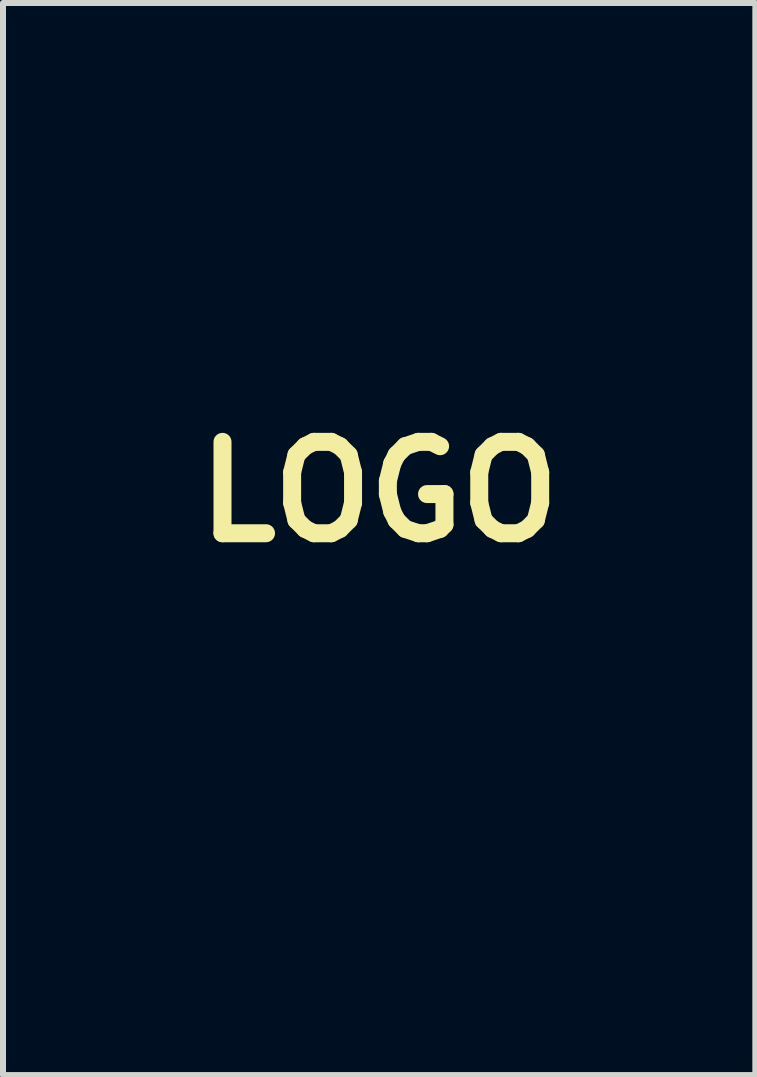
<source format=kicad_pcb>
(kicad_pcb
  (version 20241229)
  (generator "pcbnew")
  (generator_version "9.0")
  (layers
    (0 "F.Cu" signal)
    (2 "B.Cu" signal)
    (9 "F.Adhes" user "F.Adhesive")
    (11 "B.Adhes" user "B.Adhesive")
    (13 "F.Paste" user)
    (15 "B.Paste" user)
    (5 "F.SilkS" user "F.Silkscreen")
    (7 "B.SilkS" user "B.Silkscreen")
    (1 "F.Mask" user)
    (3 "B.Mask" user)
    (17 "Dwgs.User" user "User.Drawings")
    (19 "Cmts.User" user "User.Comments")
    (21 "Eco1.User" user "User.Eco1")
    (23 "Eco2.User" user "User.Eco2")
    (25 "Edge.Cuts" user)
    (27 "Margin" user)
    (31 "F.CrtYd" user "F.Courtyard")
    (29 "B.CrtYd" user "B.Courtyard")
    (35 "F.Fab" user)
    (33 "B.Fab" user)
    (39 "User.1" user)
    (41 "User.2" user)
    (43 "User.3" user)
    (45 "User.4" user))
  (footprint "LOGO"
    (layer "F.Cu")
    (at 3.273 5.153)
    (property "Reference" "LOGO" (at 0 0 0) (layer "F.SilkS") (effects (font (size 1.524 1.524) (thickness 0.3))))
    (attr through_hole)
    (fp_poly (pts (xy -1.448 -0.216) (xy -1.46 -0.203) (xy -1.473 -0.216) (xy -1.46 -0.229) (xy -1.448 -0.216)) (stroke (width 0.01) (type solid)) (fill yes) (layer "F.Mask"))
    (fp_poly (pts (xy -1.346 -0.216) (xy -1.359 -0.203) (xy -1.372 -0.216) (xy -1.359 -0.229) (xy -1.346 -0.216)) (stroke (width 0.01) (type solid)) (fill yes) (layer "F.Mask"))
    (fp_poly (pts (xy -1.016 -4.915) (xy -1.029 -4.902) (xy -1.041 -4.915) (xy -1.029 -4.928) (xy -1.016 -4.915)) (stroke (width 0.01) (type solid)) (fill yes) (layer "F.Mask"))
    (fp_poly (pts (xy -0.965 -5.067) (xy -0.978 -5.055) (xy -0.991 -5.067) (xy -0.978 -5.08) (xy -0.965 -5.067)) (stroke (width 0.01) (type solid)) (fill yes) (layer "F.Mask"))
    (fp_poly (pts (xy -0.838 -5.118) (xy -0.851 -5.105) (xy -0.864 -5.118) (xy -0.851 -5.131) (xy -0.838 -5.118)) (stroke (width 0.01) (type solid)) (fill yes) (layer "F.Mask"))
    (fp_poly (pts (xy -0.076 1.613) (xy -0.089 1.626) (xy -0.102 1.613) (xy -0.089 1.6) (xy -0.076 1.613)) (stroke (width 0.01) (type solid)) (fill yes) (layer "F.Mask"))
    (fp_poly (pts (xy 0.025 0.927) (xy 0.013 0.94) (xy 0 0.927) (xy 0.013 0.914) (xy 0.025 0.927)) (stroke (width 0.01) (type solid)) (fill yes) (layer "F.Mask"))
    (fp_poly (pts (xy 0.178 0.267) (xy 0.165 0.279) (xy 0.152 0.267) (xy 0.165 0.254) (xy 0.178 0.267)) (stroke (width 0.01) (type solid)) (fill yes) (layer "F.Mask"))
    (fp_poly (pts (xy 0.229 0.064) (xy 0.216 0.076) (xy 0.203 0.064) (xy 0.216 0.051) (xy 0.229 0.064)) (stroke (width 0.01) (type solid)) (fill yes) (layer "F.Mask"))
    (fp_poly (pts (xy -2.371 -3.319) (xy -2.368 -3.289) (xy -2.371 -3.285) (xy -2.386 -3.289) (xy -2.388 -3.302) (xy -2.378 -3.323) (xy -2.371 -3.319)) (stroke (width 0.01) (type solid)) (fill yes) (layer "F.Mask"))
    (fp_poly (pts (xy -0.72 0.44) (xy -0.717 0.47) (xy -0.72 0.474) (xy -0.735 0.471) (xy -0.737 0.457) (xy -0.727 0.436) (xy -0.72 0.44)) (stroke (width 0.01) (type solid)) (fill yes) (layer "F.Mask"))
    (fp_poly (pts (xy 0.068 1.101) (xy 0.064 1.116) (xy 0.051 1.118) (xy 0.03 1.108) (xy 0.034 1.101) (xy 0.064 1.098) (xy 0.068 1.101)) (stroke (width 0.01) (type solid)) (fill yes) (layer "F.Mask"))
    (fp_poly (pts (xy 1.124 -0.271) (xy 1.127 -0.262) (xy 1.092 -0.258) (xy 1.056 -0.262) (xy 1.06 -0.271) (xy 1.112 -0.274) (xy 1.124 -0.271)) (stroke (width 0.01) (type solid)) (fill yes) (layer "F.Mask"))
    (fp_poly (pts (xy -1.002 -5.114) (xy -1.006 -5.094) (xy -1.027 -5.058) (xy -1.04 -5.064) (xy -1.041 -5.079) (xy -1.023 -5.113) (xy -1.016 -5.118) (xy -1.002 -5.114)) (stroke (width 0.01) (type solid)) (fill yes) (layer "F.Mask"))
    (fp_poly (pts (xy -0.909 -5.136) (xy -0.89 -5.102) (xy -0.908 -5.092) (xy -0.94 -5.105) (xy -0.962 -5.133) (xy -0.958 -5.147) (xy -0.927 -5.148) (xy -0.909 -5.136)) (stroke (width 0.01) (type solid)) (fill yes) (layer "F.Mask"))
    (fp_poly (pts (xy 0.095 0.199) (xy 0.102 0.229) (xy 0.086 0.27) (xy 0.064 0.279) (xy 0.032 0.258) (xy 0.025 0.229) (xy 0.041 0.187) (xy 0.064 0.178) (xy 0.095 0.199)) (stroke (width 0.01) (type solid)) (fill yes) (layer "F.Mask"))
    (fp_poly (pts (xy 0.33 0.035) (xy 0.312 0.058) (xy 0.305 0.064) (xy 0.281 0.07) (xy 0.279 0.066) (xy 0.297 0.043) (xy 0.305 0.038) (xy 0.329 0.032) (xy 0.33 0.035)) (stroke (width 0.01) (type solid)) (fill yes) (layer "F.Mask"))
    (fp_poly (pts (xy 1.944 1.06) (xy 1.94 1.079) (xy 1.922 1.113) (xy 1.915 1.118) (xy 1.906 1.097) (xy 1.905 1.079) (xy 1.918 1.046) (xy 1.93 1.041) (xy 1.944 1.06)) (stroke (width 0.01) (type solid)) (fill yes) (layer "F.Mask"))
    (fp_poly (pts (xy 1.334 -0.385) (xy 1.335 -0.385) (xy 1.385 -0.369) (xy 1.39 -0.356) (xy 1.354 -0.334) (xy 1.353 -0.334) (xy 1.31 -0.316) (xy 1.296 -0.329) (xy 1.295 -0.342) (xy 1.28 -0.376) (xy 1.266 -0.381) (xy 1.246 -0.388) (xy 1.248 -0.393) (xy 1.278 -0.395) (xy 1.334 -0.385)) (stroke (width 0.01) (type solid)) (fill yes) (layer "F.Mask"))
    (fp_poly (pts (xy 1.295 1.997) (xy 1.288 2.042) (xy 1.244 2.116) (xy 1.162 2.218) (xy 1.083 2.303) (xy 0.994 2.396) (xy 0.933 2.456) (xy 0.893 2.489) (xy 0.869 2.498) (xy 0.853 2.488) (xy 0.84 2.468) (xy 0.83 2.441) (xy 0.833 2.412) (xy 0.854 2.375) (xy 0.899 2.321) (xy 0.973 2.243) (xy 1.019 2.196) (xy 1.104 2.112) (xy 1.178 2.043) (xy 1.234 1.997) (xy 1.262 1.981) (xy 1.295 1.997)) (stroke (width 0.01) (type solid)) (fill yes) (layer "F.Mask"))
    (fp_poly (pts (xy -1.957 2.007) (xy -1.893 2.053) (xy -1.8 2.14) (xy -1.798 2.142) (xy -1.699 2.244) (xy -1.63 2.316) (xy -1.587 2.366) (xy -1.565 2.4) (xy -1.559 2.424) (xy -1.563 2.445) (xy -1.564 2.447) (xy -1.585 2.483) (xy -1.615 2.48) (xy -1.663 2.438) (xy -1.669 2.432) (xy -1.748 2.349) (xy -1.827 2.26) (xy -1.901 2.175) (xy -1.96 2.103) (xy -1.997 2.052) (xy -2.007 2.034) (xy -1.994 2) (xy -1.957 2.007)) (stroke (width 0.01) (type solid)) (fill yes) (layer "F.Mask"))
    (fp_poly (pts (xy 0.138 2.904) (xy 0.189 2.92) (xy 0.242 2.941) (xy 0.276 2.961) (xy 0.279 2.966) (xy 0.271 2.995) (xy 0.246 3.066) (xy 0.207 3.176) (xy 0.155 3.318) (xy 0.093 3.488) (xy 0.021 3.682) (xy -0.058 3.894) (xy -0.112 4.038) (xy -0.249 4.405) (xy -0.177 4.457) (xy -0.125 4.493) (xy -0.048 4.547) (xy 0.047 4.613) (xy 0.149 4.683) (xy 0.249 4.752) (xy 0.337 4.812) (xy 0.403 4.857) (xy 0.437 4.88) (xy 0.438 4.881) (xy 0.44 4.908) (xy 0.42 4.956) (xy 0.387 5.007) (xy 0.353 5.045) (xy 0.333 5.055) (xy 0.307 5.041) (xy 0.246 5.003) (xy 0.157 4.944) (xy 0.046 4.87) (xy -0.08 4.785) (xy -0.098 4.773) (xy -0.252 4.666) (xy -0.366 4.583) (xy -0.441 4.523) (xy -0.48 4.483) (xy -0.486 4.462) (xy -0.486 4.462) (xy -0.47 4.43) (xy -0.44 4.358) (xy -0.398 4.254) (xy -0.349 4.126) (xy -0.295 3.982) (xy -0.293 3.975) (xy -0.186 3.685) (xy -0.094 3.44) (xy -0.02 3.24) (xy 0.039 3.086) (xy 0.08 2.978) (xy 0.104 2.917) (xy 0.111 2.903) (xy 0.138 2.904)) (stroke (width 0.01) (type solid)) (fill yes) (layer "F.Mask"))
    (fp_poly (pts (xy -2.423 -3.258) (xy -2.417 -3.241) (xy -2.387 -3.208) (xy -2.335 -3.2) (xy -2.282 -3.194) (xy -2.263 -3.164) (xy -2.261 -3.124) (xy -2.249 -3.064) (xy -2.223 -3.048) (xy -2.201 -3.037) (xy -2.189 -2.998) (xy -2.185 -2.92) (xy -2.184 -2.883) (xy -2.183 -2.794) (xy -2.176 -2.744) (xy -2.16 -2.722) (xy -2.134 -2.718) (xy -2.108 -2.713) (xy -2.092 -2.693) (xy -2.085 -2.646) (xy -2.083 -2.562) (xy -2.083 -2.527) (xy -2.083 -2.337) (xy -2.21 -2.337) (xy -2.285 -2.335) (xy -2.323 -2.324) (xy -2.336 -2.299) (xy -2.337 -2.273) (xy -2.324 -2.222) (xy -2.299 -2.21) (xy -2.272 -2.193) (xy -2.261 -2.137) (xy -2.261 -2.11) (xy -2.266 -2.035) (xy -2.285 -2) (xy -2.326 -1.997) (xy -2.339 -1.999) (xy -2.371 -2.032) (xy -2.379 -2.089) (xy -2.388 -2.147) (xy -2.408 -2.178) (xy -2.409 -2.179) (xy -2.436 -2.209) (xy -2.438 -2.222) (xy -2.46 -2.254) (xy -2.489 -2.268) (xy -2.531 -2.301) (xy -2.54 -2.347) (xy -2.553 -2.4) (xy -2.578 -2.413) (xy -2.607 -2.433) (xy -2.616 -2.496) (xy -2.616 -2.499) (xy -2.625 -2.564) (xy -2.656 -2.595) (xy -2.667 -2.598) (xy -2.692 -2.609) (xy -2.707 -2.634) (xy -2.715 -2.683) (xy -2.718 -2.767) (xy -2.718 -2.83) (xy -2.717 -2.935) (xy -2.714 -2.999) (xy -2.704 -3.033) (xy -2.685 -3.046) (xy -2.655 -3.048) (xy -2.654 -3.048) (xy -2.618 -3.044) (xy -2.599 -3.025) (xy -2.592 -2.978) (xy -2.591 -2.909) (xy -2.589 -2.829) (xy -2.58 -2.791) (xy -2.561 -2.783) (xy -2.551 -2.786) (xy -2.528 -2.805) (xy -2.518 -2.848) (xy -2.517 -2.926) (xy -2.519 -2.963) (xy -2.521 -3.052) (xy -2.516 -3.1) (xy -2.501 -3.114) (xy -2.493 -3.112) (xy -2.447 -3.109) (xy -2.435 -3.114) (xy -2.426 -3.14) (xy -2.446 -3.17) (xy -2.48 -3.187) (xy -2.498 -3.183) (xy -2.504 -3.187) (xy -2.481 -3.219) (xy -2.477 -3.224) (xy -2.44 -3.26) (xy -2.423 -3.258)) (stroke (width 0.01) (type solid)) (fill yes) (layer "F.Mask"))
    (fp_poly (pts (xy -2.423 -1.018) (xy -2.416 -0.958) (xy -2.415 -0.883) (xy -2.418 -0.805) (xy -2.425 -0.766) (xy -2.435 -0.771) (xy -2.45 -0.798) (xy -2.467 -0.786) (xy -2.484 -0.751) (xy -2.509 -0.692) (xy -2.51 -0.667) (xy -2.487 -0.661) (xy -2.479 -0.66) (xy -2.438 -0.68) (xy -2.43 -0.692) (xy -2.42 -0.692) (xy -2.412 -0.651) (xy -2.411 -0.635) (xy -2.408 -0.533) (xy -2.417 -0.468) (xy -2.441 -0.428) (xy -2.448 -0.422) (xy -2.476 -0.383) (xy -2.51 -0.314) (xy -2.529 -0.267) (xy -2.572 -0.162) (xy -2.615 -0.091) (xy -2.652 -0.057) (xy -2.679 -0.064) (xy -2.693 -0.114) (xy -2.694 -0.133) (xy -2.699 -0.178) (xy -2.707 -0.183) (xy -2.709 -0.178) (xy -2.73 -0.118) (xy -2.736 -0.102) (xy -2.75 -0.042) (xy -2.752 0.01) (xy -2.744 0.045) (xy -2.729 0.05) (xy -2.709 0.019) (xy -2.692 0.003) (xy -2.669 0.025) (xy -2.656 0.069) (xy -2.647 0.146) (xy -2.643 0.245) (xy -2.642 0.352) (xy -2.646 0.453) (xy -2.653 0.537) (xy -2.665 0.59) (xy -2.672 0.6) (xy -2.704 0.6) (xy -2.712 0.589) (xy -2.734 0.561) (xy -2.74 0.559) (xy -2.753 0.58) (xy -2.752 0.634) (xy -2.741 0.701) (xy -2.722 0.762) (xy -2.696 0.826) (xy -2.694 0.754) (xy -2.684 0.701) (xy -2.654 0.69) (xy -2.651 0.69) (xy -2.622 0.701) (xy -2.598 0.726) (xy -2.572 0.776) (xy -2.538 0.862) (xy -2.528 0.889) (xy -2.488 0.986) (xy -2.443 1.085) (xy -2.433 1.107) (xy -2.402 1.179) (xy -2.397 1.228) (xy -2.411 1.265) (xy -2.441 1.308) (xy -2.462 1.321) (xy -2.476 1.339) (xy -2.467 1.381) (xy -2.444 1.427) (xy -2.423 1.45) (xy -2.395 1.465) (xy -2.388 1.438) (xy -2.373 1.401) (xy -2.336 1.399) (xy -2.286 1.429) (xy -2.234 1.487) (xy -2.226 1.498) (xy -2.187 1.56) (xy -2.163 1.602) (xy -2.159 1.611) (xy -2.146 1.638) (xy -2.114 1.693) (xy -2.083 1.744) (xy -2.04 1.819) (xy -2.013 1.884) (xy -2.007 1.912) (xy -2.021 1.948) (xy -2.057 1.948) (xy -2.105 1.915) (xy -2.145 1.866) (xy -2.194 1.812) (xy -2.25 1.793) (xy -2.28 1.793) (xy -2.336 1.79) (xy -2.362 1.777) (xy -2.362 1.775) (xy -2.34 1.759) (xy -2.287 1.753) (xy -2.286 1.753) (xy -2.233 1.749) (xy -2.216 1.731) (xy -2.234 1.693) (xy -2.288 1.627) (xy -2.289 1.626) (xy -2.332 1.579) (xy -2.358 1.559) (xy -2.361 1.562) (xy -2.36 1.624) (xy -2.389 1.647) (xy -2.426 1.645) (xy -2.474 1.644) (xy -2.486 1.67) (xy -2.463 1.725) (xy -2.413 1.799) (xy -2.369 1.863) (xy -2.342 1.91) (xy -2.337 1.925) (xy -2.319 1.954) (xy -2.284 1.989) (xy -2.245 2.041) (xy -2.253 2.081) (xy -2.307 2.104) (xy -2.307 2.104) (xy -2.361 2.092) (xy -2.38 2.066) (xy -2.402 2.021) (xy -2.413 2.007) (xy -2.444 1.972) (xy -2.488 1.908) (xy -2.538 1.829) (xy -2.586 1.748) (xy -2.623 1.679) (xy -2.641 1.635) (xy -2.641 1.63) (xy -2.636 1.587) (xy -2.515 1.587) (xy -2.502 1.6) (xy -2.489 1.587) (xy -2.502 1.575) (xy -2.515 1.587) (xy -2.636 1.587) (xy -2.63 1.548) (xy -2.613 1.511) (xy -2.54 1.511) (xy -2.527 1.524) (xy -2.515 1.511) (xy -2.527 1.499) (xy -2.54 1.511) (xy -2.613 1.511) (xy -2.604 1.492) (xy -2.571 1.473) (xy -2.548 1.468) (xy -2.56 1.444) (xy -2.577 1.424) (xy -2.631 1.388) (xy -2.696 1.389) (xy -2.768 1.385) (xy -2.819 1.338) (xy -2.83 1.308) (xy -2.667 1.308) (xy -2.654 1.321) (xy -2.642 1.308) (xy -2.654 1.295) (xy -2.667 1.308) (xy -2.83 1.308) (xy -2.853 1.245) (xy -2.857 1.226) (xy -2.88 1.164) (xy -2.912 1.143) (xy -2.94 1.127) (xy -2.939 1.111) (xy -2.941 1.069) (xy -2.959 1.003) (xy -2.966 0.983) (xy -2.989 0.905) (xy -2.984 0.845) (xy -2.976 0.824) (xy -2.939 0.77) (xy -2.904 0.766) (xy -2.872 0.81) (xy -2.845 0.901) (xy -2.845 0.902) (xy -2.819 0.994) (xy -2.791 1.037) (xy -2.777 1.041) (xy -2.752 1.054) (xy -2.752 1.1) (xy -2.755 1.114) (xy -2.755 1.185) (xy -2.732 1.218) (xy -2.701 1.237) (xy -2.692 1.216) (xy -2.692 1.21) (xy -2.681 1.174) (xy -2.67 1.168) (xy -2.649 1.146) (xy -2.647 1.138) (xy -2.616 1.138) (xy -2.602 1.168) (xy -2.574 1.2) (xy -2.549 1.211) (xy -2.547 1.21) (xy -2.548 1.182) (xy -2.555 1.159) (xy -2.579 1.126) (xy -2.606 1.118) (xy -2.616 1.138) (xy -2.647 1.138) (xy -2.636 1.091) (xy -2.632 1.021) (xy -2.638 0.954) (xy -2.648 0.923) (xy -2.67 0.88) (xy -2.683 0.881) (xy -2.697 0.912) (xy -2.732 0.955) (xy -2.765 0.965) (xy -2.799 0.952) (xy -2.823 0.904) (xy -2.833 0.857) (xy -2.847 0.781) (xy -2.855 0.722) (xy -2.856 0.711) (xy -2.878 0.644) (xy -2.937 0.613) (xy -2.971 0.61) (xy -3.024 0.601) (xy -3.051 0.566) (xy -3.062 0.527) (xy -3.071 0.463) (xy -3.076 0.371) (xy -3.077 0.299) (xy -2.96 0.299) (xy -2.954 0.377) (xy -2.941 0.456) (xy -2.925 0.521) (xy -2.908 0.556) (xy -2.902 0.559) (xy -2.898 0.538) (xy -2.903 0.508) (xy -2.897 0.458) (xy -2.862 0.426) (xy -2.817 0.425) (xy -2.798 0.438) (xy -2.782 0.442) (xy -2.773 0.409) (xy -2.771 0.333) (xy -2.772 0.304) (xy -2.775 0.228) (xy -2.78 0.185) (xy -2.786 0.183) (xy -2.786 0.184) (xy -2.81 0.224) (xy -2.849 0.216) (xy -2.879 0.191) (xy -2.916 0.159) (xy -2.937 0.164) (xy -2.952 0.211) (xy -2.957 0.24) (xy -2.96 0.299) (xy -3.077 0.299) (xy -3.077 0.268) (xy -3.076 0.167) (xy -3.071 0.083) (xy -3.063 0.032) (xy -3.06 0.024) (xy -3.026 0.006) (xy -2.983 0) (xy -2.937 0.01) (xy -2.921 0.05) (xy -2.919 0.07) (xy -2.918 0.14) (xy -2.892 0.076) (xy -2.874 0.016) (xy -2.854 -0.072) (xy -2.842 -0.14) (xy -2.828 -0.226) (xy -2.815 -0.293) (xy -2.808 -0.322) (xy -2.78 -0.344) (xy -2.739 -0.335) (xy -2.703 -0.305) (xy -2.691 -0.27) (xy -2.681 -0.258) (xy -2.658 -0.288) (xy -2.625 -0.352) (xy -2.584 -0.444) (xy -2.55 -0.532) (xy -2.528 -0.601) (xy -2.528 -0.626) (xy -2.551 -0.607) (xy -2.576 -0.571) (xy -2.611 -0.527) (xy -2.64 -0.524) (xy -2.658 -0.536) (xy -2.684 -0.584) (xy -2.684 -0.614) (xy -2.677 -0.654) (xy -2.69 -0.65) (xy -2.724 -0.603) (xy -2.739 -0.578) (xy -2.772 -0.509) (xy -2.807 -0.414) (xy -2.833 -0.324) (xy -2.864 -0.221) (xy -2.895 -0.166) (xy -2.929 -0.156) (xy -2.97 -0.188) (xy -2.973 -0.192) (xy -2.987 -0.233) (xy -2.978 -0.302) (xy -2.947 -0.404) (xy -2.892 -0.542) (xy -2.848 -0.64) (xy -2.818 -0.699) (xy -2.667 -0.699) (xy -2.654 -0.686) (xy -2.642 -0.699) (xy -2.654 -0.711) (xy -2.667 -0.699) (xy -2.818 -0.699) (xy -2.804 -0.726) (xy -2.767 -0.771) (xy -2.729 -0.786) (xy -2.726 -0.786) (xy -2.674 -0.777) (xy -2.654 -0.762) (xy -2.63 -0.739) (xy -2.602 -0.752) (xy -2.567 -0.805) (xy -2.525 -0.889) (xy -2.487 -0.966) (xy -2.454 -1.021) (xy -2.434 -1.041) (xy -2.423 -1.018)) (stroke (width 0.01) (type solid)) (fill yes) (layer "F.Mask"))
    (fp_poly (pts (xy -0.688 -5.079) (xy -0.622 -5.065) (xy -0.573 -5.046) (xy -0.559 -5.029) (xy -0.536 -5.016) (xy -0.478 -5.001) (xy -0.432 -4.994) (xy -0.352 -4.977) (xy -0.314 -4.956) (xy -0.311 -4.946) (xy -0.293 -4.923) (xy -0.232 -4.915) (xy -0.229 -4.915) (xy -0.168 -4.922) (xy -0.14 -4.942) (xy -0.14 -4.945) (xy -0.134 -4.974) (xy -0.109 -4.99) (xy -0.058 -4.992) (xy 0.03 -4.981) (xy 0.091 -4.971) (xy 0.197 -4.951) (xy 0.263 -4.931) (xy 0.3 -4.908) (xy 0.317 -4.882) (xy 0.364 -4.834) (xy 0.441 -4.809) (xy 0.531 -4.811) (xy 0.585 -4.827) (xy 0.642 -4.844) (xy 0.677 -4.844) (xy 0.678 -4.843) (xy 0.669 -4.823) (xy 0.632 -4.803) (xy 0.594 -4.786) (xy 0.599 -4.779) (xy 0.651 -4.777) (xy 0.717 -4.787) (xy 0.746 -4.813) (xy 0.762 -4.813) (xy 0.775 -4.801) (xy 0.787 -4.813) (xy 0.775 -4.826) (xy 0.762 -4.813) (xy 0.746 -4.813) (xy 0.746 -4.813) (xy 0.78 -4.843) (xy 0.818 -4.849) (xy 0.851 -4.844) (xy 0.845 -4.835) (xy 0.815 -4.807) (xy 0.831 -4.776) (xy 0.852 -4.766) (xy 0.879 -4.763) (xy 0.878 -4.772) (xy 0.891 -4.773) (xy 0.938 -4.754) (xy 1.01 -4.721) (xy 1.095 -4.679) (xy 1.185 -4.632) (xy 1.268 -4.587) (xy 1.335 -4.547) (xy 1.372 -4.522) (xy 1.435 -4.472) (xy 1.365 -4.471) (xy 1.31 -4.458) (xy 1.295 -4.432) (xy 1.317 -4.401) (xy 1.346 -4.394) (xy 1.383 -4.382) (xy 1.396 -4.338) (xy 1.397 -4.318) (xy 1.405 -4.263) (xy 1.434 -4.243) (xy 1.451 -4.242) (xy 1.489 -4.231) (xy 1.489 -4.201) (xy 1.494 -4.163) (xy 1.524 -4.148) (xy 1.546 -4.138) (xy 1.56 -4.119) (xy 1.569 -4.079) (xy 1.573 -4.011) (xy 1.575 -3.906) (xy 1.575 -3.832) (xy 1.576 -3.702) (xy 1.579 -3.614) (xy 1.587 -3.561) (xy 1.598 -3.536) (xy 1.613 -3.531) (xy 1.632 -3.523) (xy 1.641 -3.492) (xy 1.643 -3.43) (xy 1.639 -3.327) (xy 1.634 -3.227) (xy 1.634 -3.166) (xy 1.643 -3.136) (xy 1.661 -3.125) (xy 1.68 -3.124) (xy 1.718 -3.135) (xy 1.717 -3.164) (xy 1.717 -3.193) (xy 1.756 -3.196) (xy 1.759 -3.196) (xy 1.787 -3.188) (xy 1.805 -3.168) (xy 1.815 -3.124) (xy 1.821 -3.046) (xy 1.824 -2.978) (xy 1.828 -2.875) (xy 1.826 -2.813) (xy 1.817 -2.781) (xy 1.799 -2.77) (xy 1.78 -2.769) (xy 1.738 -2.758) (xy 1.727 -2.743) (xy 1.744 -2.719) (xy 1.749 -2.718) (xy 1.757 -2.696) (xy 1.75 -2.642) (xy 1.744 -2.616) (xy 1.715 -2.543) (xy 1.678 -2.515) (xy 1.671 -2.515) (xy 1.636 -2.501) (xy 1.632 -2.484) (xy 1.617 -2.454) (xy 1.595 -2.445) (xy 1.57 -2.445) (xy 1.56 -2.469) (xy 1.563 -2.526) (xy 1.567 -2.564) (xy 1.572 -2.645) (xy 1.561 -2.686) (xy 1.53 -2.693) (xy 1.505 -2.686) (xy 1.494 -2.679) (xy 1.486 -2.661) (xy 1.482 -2.62) (xy 1.479 -2.547) (xy 1.477 -2.483) (xy 1.471 -2.396) (xy 1.458 -2.35) (xy 1.435 -2.337) (xy 1.435 -2.337) (xy 1.414 -2.326) (xy 1.402 -2.286) (xy 1.397 -2.209) (xy 1.397 -2.172) (xy 1.396 -2.083) (xy 1.389 -2.033) (xy 1.373 -2.011) (xy 1.344 -2.007) (xy 1.344 -2.007) (xy 1.316 -2.003) (xy 1.301 -1.984) (xy 1.296 -1.939) (xy 1.299 -1.857) (xy 1.3 -1.832) (xy 1.302 -1.737) (xy 1.297 -1.684) (xy 1.283 -1.668) (xy 1.276 -1.67) (xy 1.256 -1.661) (xy 1.246 -1.61) (xy 1.245 -1.562) (xy 1.241 -1.486) (xy 1.225 -1.447) (xy 1.194 -1.43) (xy 1.157 -1.405) (xy 1.143 -1.349) (xy 1.143 -1.331) (xy 1.137 -1.271) (xy 1.114 -1.247) (xy 1.089 -1.245) (xy 1.051 -1.233) (xy 1.051 -1.206) (xy 1.055 -1.149) (xy 1.032 -1.105) (xy 1.001 -1.092) (xy 0.974 -1.069) (xy 0.965 -1.003) (xy 0.973 -0.938) (xy 1 -0.915) (xy 1.003 -0.914) (xy 1.032 -0.934) (xy 1.041 -0.997) (xy 1.041 -1) (xy 1.05 -1.066) (xy 1.081 -1.096) (xy 1.092 -1.1) (xy 1.134 -1.133) (xy 1.143 -1.179) (xy 1.154 -1.23) (xy 1.193 -1.245) (xy 1.194 -1.245) (xy 1.215 -1.242) (xy 1.23 -1.229) (xy 1.239 -1.201) (xy 1.244 -1.15) (xy 1.244 -1.07) (xy 1.24 -0.955) (xy 1.232 -0.798) (xy 1.228 -0.715) (xy 1.22 -0.583) (xy 1.211 -0.493) (xy 1.201 -0.438) (xy 1.188 -0.411) (xy 1.171 -0.404) (xy 1.161 -0.397) (xy 1.194 -0.384) (xy 1.248 -0.362) (xy 1.253 -0.342) (xy 1.211 -0.324) (xy 1.125 -0.31) (xy 1.054 -0.304) (xy 0.962 -0.297) (xy 0.911 -0.288) (xy 0.906 -0.279) (xy 0.914 -0.276) (xy 0.978 -0.261) (xy 0.912 -0.257) (xy 0.783 -0.234) (xy 0.639 -0.183) (xy 0.5 -0.11) (xy 0.468 -0.089) (xy 0.386 -0.038) (xy 0.308 -0.002) (xy 0.263 0.011) (xy 0.209 0.019) (xy 0.184 0.026) (xy 0.157 0.034) (xy 0.146 0.036) (xy 0.121 0.06) (xy 0.118 0.083) (xy 0.101 0.12) (xy 0.073 0.127) (xy 0.033 0.108) (xy 0.025 0.076) (xy 0.023 0.056) (xy 0.01 0.042) (xy -0.021 0.034) (xy -0.078 0.03) (xy -0.169 0.029) (xy -0.302 0.031) (xy -0.324 0.031) (xy -0.673 0.036) (xy -0.339 0.044) (xy -0.204 0.048) (xy -0.111 0.052) (xy -0.052 0.059) (xy -0.018 0.069) (xy -0.002 0.085) (xy 0.005 0.108) (xy 0.006 0.111) (xy 0.006 0.183) (xy -0.003 0.225) (xy -0.011 0.267) (xy -0.001 0.279) (xy 0.01 0.303) (xy 0.018 0.365) (xy 0.022 0.455) (xy 0.023 0.489) (xy 0.026 0.593) (xy 0.035 0.668) (xy 0.047 0.705) (xy 0.05 0.707) (xy 0.072 0.736) (xy 0.076 0.766) (xy 0.063 0.804) (xy 0.019 0.808) (xy -0.009 0.807) (xy -0.027 0.82) (xy -0.037 0.856) (xy -0.042 0.927) (xy -0.045 1.01) (xy -0.046 1.122) (xy -0.04 1.194) (xy -0.027 1.219) (xy -0.026 1.219) (xy -0.003 1.199) (xy 0 1.181) (xy 0.02 1.147) (xy 0.038 1.143) (xy 0.07 1.16) (xy 0.072 1.195) (xy 0.044 1.226) (xy 0.038 1.228) (xy 0.004 1.262) (xy 0 1.282) (xy -0.022 1.313) (xy -0.064 1.321) (xy -0.103 1.326) (xy -0.121 1.349) (xy -0.127 1.405) (xy -0.127 1.434) (xy -0.133 1.514) (xy -0.156 1.559) (xy -0.176 1.574) (xy -0.216 1.617) (xy -0.233 1.67) (xy -0.248 1.72) (xy -0.287 1.743) (xy -0.324 1.748) (xy -0.379 1.749) (xy -0.402 1.73) (xy -0.406 1.675) (xy -0.406 1.667) (xy -0.401 1.606) (xy -0.377 1.578) (xy -0.324 1.567) (xy -0.289 1.56) (xy -0.303 1.558) (xy -0.356 1.558) (xy -0.47 1.561) (xy -0.478 1.441) (xy -0.486 1.366) (xy -0.503 1.33) (xy -0.532 1.321) (xy -0.575 1.304) (xy -0.599 1.266) (xy -0.594 1.229) (xy -0.374 1.229) (xy -0.367 1.241) (xy -0.341 1.243) (xy -0.314 1.236) (xy -0.325 1.227) (xy -0.365 1.224) (xy -0.374 1.229) (xy -0.594 1.229) (xy -0.594 1.228) (xy -0.584 1.219) (xy -0.57 1.184) (xy -0.563 1.107) (xy -0.564 1.001) (xy -0.572 0.8) (xy -0.654 0.792) (xy -0.706 0.776) (xy -0.736 0.749) (xy -0.737 0.724) (xy -0.701 0.711) (xy -0.699 0.711) (xy -0.679 0.702) (xy -0.676 0.692) (xy -0.551 0.692) (xy -0.533 0.7) (xy -0.527 0.702) (xy -0.49 0.738) (xy -0.481 0.796) (xy -0.479 0.865) (xy -0.478 0.961) (xy -0.476 1.041) (xy -0.474 1.206) (xy -0.465 1.054) (xy -0.144 1.054) (xy -0.143 1.126) (xy -0.14 1.159) (xy -0.135 1.147) (xy -0.134 1.136) (xy -0.13 1.046) (xy -0.134 0.961) (xy -0.134 0.958) (xy -0.139 0.941) (xy -0.142 0.968) (xy -0.144 1.034) (xy -0.144 1.054) (xy -0.465 1.054) (xy -0.464 1.048) (xy -0.456 0.965) (xy -0.444 0.908) (xy -0.431 0.889) (xy -0.418 0.87) (xy -0.422 0.852) (xy -0.42 0.83) (xy -0.386 0.817) (xy -0.312 0.809) (xy -0.288 0.808) (xy -0.203 0.801) (xy -0.157 0.789) (xy -0.138 0.766) (xy -0.135 0.749) (xy -0.134 0.721) (xy -0.143 0.741) (xy -0.165 0.767) (xy -0.218 0.783) (xy -0.305 0.792) (xy -0.39 0.795) (xy -0.436 0.789) (xy -0.457 0.771) (xy -0.463 0.75) (xy -0.491 0.705) (xy -0.508 0.699) (xy -0.076 0.699) (xy -0.064 0.711) (xy -0.051 0.699) (xy -0.064 0.686) (xy -0.076 0.699) (xy -0.508 0.699) (xy -0.521 0.694) (xy -0.551 0.692) (xy -0.676 0.692) (xy -0.667 0.667) (xy -0.662 0.597) (xy -0.66 0.51) (xy -0.659 0.411) (xy -0.657 0.329) (xy -0.653 0.28) (xy -0.652 0.275) (xy -0.65 0.255) (xy -0.654 0.26) (xy -0.686 0.278) (xy -0.697 0.279) (xy -0.721 0.255) (xy -0.739 0.19) (xy -0.743 0.16) (xy -0.747 0.14) (xy -0.66 0.14) (xy -0.648 0.152) (xy -0.635 0.14) (xy -0.648 0.127) (xy -0.66 0.14) (xy -0.747 0.14) (xy -0.752 0.114) (xy -0.584 0.114) (xy -0.572 0.127) (xy -0.559 0.114) (xy -0.051 0.114) (xy -0.038 0.127) (xy -0.025 0.114) (xy -0.038 0.102) (xy -0.051 0.114) (xy -0.559 0.114) (xy -0.572 0.102) (xy -0.584 0.114) (xy -0.752 0.114) (xy -0.757 0.089) (xy -0.66 0.089) (xy -0.648 0.102) (xy -0.635 0.089) (xy -0.648 0.076) (xy -0.66 0.089) (xy -0.757 0.089) (xy -0.757 0.087) (xy -0.775 0.04) (xy -0.785 0.03) (xy -0.81 0.001) (xy -0.812 -0.013) (xy -0.584 -0.013) (xy -0.572 0) (xy -0.559 -0.013) (xy -0.572 -0.025) (xy -0.584 -0.013) (xy -0.812 -0.013) (xy -0.813 -0.015) (xy -0.834 -0.043) (xy -0.87 -0.051) (xy -0.935 -0.062) (xy -0.937 -0.064) (xy -0.686 -0.064) (xy -0.673 -0.051) (xy -0.66 -0.064) (xy -0.673 -0.076) (xy -0.686 -0.064) (xy -0.937 -0.064) (xy -0.977 -0.088) (xy -0.977 -0.089) (xy -0.762 -0.089) (xy -0.749 -0.076) (xy -0.737 -0.089) (xy -0.749 -0.102) (xy -0.762 -0.089) (xy -0.977 -0.089) (xy -0.982 -0.12) (xy -0.981 -0.122) (xy -0.996 -0.138) (xy -1.055 -0.153) (xy -1.143 -0.165) (xy -1.231 -0.177) (xy -1.294 -0.191) (xy -1.321 -0.204) (xy -1.321 -0.205) (xy -1.298 -0.217) (xy -1.237 -0.228) (xy -1.151 -0.236) (xy -1.149 -0.236) (xy -1.12 -0.238) (xy -0.951 -0.238) (xy -0.942 -0.232) (xy -0.92 -0.191) (xy -0.923 -0.166) (xy -0.926 -0.138) (xy -0.915 -0.14) (xy -0.762 -0.14) (xy -0.749 -0.127) (xy -0.737 -0.14) (xy -0.749 -0.152) (xy -0.762 -0.14) (xy -0.915 -0.14) (xy -0.914 -0.14) (xy -0.891 -0.176) (xy -0.889 -0.192) (xy -0.871 -0.223) (xy -0.836 -0.226) (xy -0.807 -0.2) (xy -0.806 -0.197) (xy -0.798 -0.187) (xy -0.798 -0.203) (xy -0.824 -0.234) (xy -0.889 -0.248) (xy -0.944 -0.249) (xy -0.951 -0.238) (xy -1.12 -0.238) (xy -1.105 -0.24) (xy -1.11 -0.243) (xy -1.159 -0.245) (xy -1.25 -0.247) (xy -1.283 -0.247) (xy -1.413 -0.249) (xy -1.5 -0.252) (xy -1.553 -0.259) (xy -1.578 -0.271) (xy -1.584 -0.287) (xy -1.584 -0.289) (xy -1.585 -0.292) (xy -1.397 -0.292) (xy -1.384 -0.279) (xy -1.372 -0.292) (xy -1.346 -0.292) (xy -1.333 -0.279) (xy -1.321 -0.292) (xy -0.914 -0.292) (xy -0.902 -0.279) (xy -0.889 -0.292) (xy -0.902 -0.305) (xy -0.914 -0.292) (xy -1.321 -0.292) (xy -1.333 -0.305) (xy -1.346 -0.292) (xy -1.372 -0.292) (xy -1.384 -0.305) (xy -1.397 -0.292) (xy -1.585 -0.292) (xy -1.592 -0.317) (xy -1.603 -0.316) (xy -1.64 -0.314) (xy -1.658 -0.319) (xy -0.999 -0.319) (xy -0.998 -0.293) (xy -0.977 -0.296) (xy -0.944 -0.321) (xy -0.94 -0.333) (xy -0.954 -0.355) (xy -0.982 -0.345) (xy -0.999 -0.319) (xy -1.658 -0.319) (xy -1.702 -0.329) (xy -1.719 -0.335) (xy -1.777 -0.356) (xy -1.092 -0.356) (xy -1.083 -0.335) (xy -1.075 -0.339) (xy -1.072 -0.369) (xy -1.075 -0.373) (xy -1.09 -0.369) (xy -1.092 -0.356) (xy -1.777 -0.356) (xy -1.813 -0.368) (xy -1.7 -0.384) (xy -1.587 -0.399) (xy -1.693 -0.403) (xy -1.798 -0.406) (xy -1.815 -0.527) (xy -1.821 -0.589) (xy -1.827 -0.692) (xy -1.833 -0.826) (xy -1.839 -0.982) (xy -1.844 -1.15) (xy -1.845 -1.194) (xy -1.85 -1.381) (xy -1.856 -1.524) (xy -1.862 -1.627) (xy -1.87 -1.697) (xy -1.88 -1.739) (xy -1.892 -1.759) (xy -1.894 -1.76) (xy -1.914 -1.788) (xy -1.917 -1.8) (xy -1.829 -1.8) (xy -1.808 -1.781) (xy -1.791 -1.778) (xy -1.769 -1.767) (xy -1.757 -1.727) (xy -1.753 -1.649) (xy -1.753 -1.615) (xy -1.747 -1.509) (xy -1.732 -1.452) (xy -1.721 -1.441) (xy -1.705 -1.459) (xy -1.692 -1.513) (xy -1.683 -1.589) (xy -1.678 -1.674) (xy -1.679 -1.752) (xy -1.686 -1.811) (xy -1.695 -1.832) (xy -1.731 -1.842) (xy -1.782 -1.835) (xy -1.821 -1.815) (xy -1.829 -1.8) (xy -1.917 -1.8) (xy -1.926 -1.848) (xy -1.93 -1.948) (xy -1.93 -1.982) (xy -1.931 -2.083) (xy -1.936 -2.144) (xy -1.948 -2.174) (xy -1.968 -2.184) (xy -1.981 -2.184) (xy -2.012 -2.191) (xy -2.027 -2.219) (xy -2.032 -2.282) (xy -2.032 -2.311) (xy -2.029 -2.388) (xy -2.018 -2.426) (xy -1.993 -2.438) (xy -1.981 -2.438) (xy -1.96 -2.441) (xy -1.945 -2.456) (xy -1.937 -2.491) (xy -1.932 -2.554) (xy -1.931 -2.653) (xy -1.93 -2.743) (xy -1.931 -2.874) (xy -1.935 -2.962) (xy -1.941 -3.015) (xy -1.953 -3.041) (xy -1.969 -3.048) (xy -1.97 -3.048) (xy -2.028 -3.069) (xy -2.072 -3.12) (xy -2.083 -3.16) (xy -2.104 -3.193) (xy -2.134 -3.2) (xy -2.175 -3.215) (xy -2.184 -3.237) (xy -2.205 -3.272) (xy -2.227 -3.281) (xy -2.255 -3.3) (xy -2.271 -3.352) (xy -2.276 -3.416) (xy -2.281 -3.506) (xy -2.289 -3.622) (xy -2.299 -3.74) (xy -2.3 -3.749) (xy -2.308 -3.852) (xy -2.308 -3.922) (xy -2.296 -3.975) (xy -2.269 -4.029) (xy -2.23 -4.092) (xy -2.164 -4.188) (xy -2.084 -4.294) (xy -2.023 -4.367) (xy -1.965 -4.437) (xy -1.923 -4.492) (xy -1.905 -4.52) (xy -1.905 -4.521) (xy -1.885 -4.542) (xy -1.836 -4.575) (xy -1.822 -4.584) (xy -1.752 -4.629) (xy -1.67 -4.689) (xy -1.637 -4.715) (xy 0.737 -4.715) (xy 0.756 -4.679) (xy 0.775 -4.674) (xy 0.809 -4.679) (xy 0.813 -4.683) (xy 0.796 -4.705) (xy 0.775 -4.724) (xy 0.745 -4.742) (xy 0.737 -4.719) (xy 0.737 -4.715) (xy -1.637 -4.715) (xy -1.636 -4.716) (xy -1.556 -4.771) (xy -1.483 -4.796) (xy -1.419 -4.801) (xy -1.317 -4.814) (xy -1.216 -4.847) (xy -1.206 -4.852) (xy -1.105 -4.903) (xy -1.088 -4.846) (xy -1.076 -4.811) (xy -1.075 -4.813) (xy -1.041 -4.813) (xy -1.029 -4.801) (xy -1.016 -4.813) (xy -1.029 -4.826) (xy -1.041 -4.813) (xy -1.075 -4.813) (xy -1.07 -4.825) (xy -1.069 -4.834) (xy -1.056 -4.865) (xy -1.039 -4.862) (xy -1.003 -4.864) (xy -0.99 -4.878) (xy -0.952 -4.899) (xy -0.885 -4.908) (xy -0.872 -4.908) (xy -0.812 -4.907) (xy -0.796 -4.915) (xy -0.816 -4.936) (xy -0.821 -4.939) (xy -0.849 -4.973) (xy -0.839 -4.99) (xy -0.823 -5.02) (xy -0.826 -5.029) (xy -0.819 -5.058) (xy -0.797 -5.075) (xy -0.753 -5.083) (xy -0.688 -5.079)) (stroke (width 0.01) (type solid)) (fill yes) (layer "F.Mask"))
    (fp_poly (pts (xy 1.81 -0.841) (xy 1.851 -0.784) (xy 1.891 -0.708) (xy 1.937 -0.608) (xy 1.954 -0.545) (xy 1.94 -0.512) (xy 1.894 -0.503) (xy 1.86 -0.506) (xy 1.847 -0.492) (xy 1.858 -0.442) (xy 1.882 -0.376) (xy 1.914 -0.29) (xy 1.94 -0.216) (xy 1.949 -0.184) (xy 1.968 -0.133) (xy 1.984 -0.112) (xy 2.002 -0.118) (xy 2.006 -0.151) (xy 1.996 -0.194) (xy 1.98 -0.22) (xy 1.97 -0.255) (xy 1.994 -0.289) (xy 2.046 -0.326) (xy 2.08 -0.317) (xy 2.09 -0.298) (xy 2.094 -0.297) (xy 2.09 -0.336) (xy 2.089 -0.343) (xy 2.071 -0.407) (xy 2.034 -0.492) (xy 2.002 -0.555) (xy 1.955 -0.655) (xy 1.943 -0.721) (xy 1.967 -0.755) (xy 2.005 -0.762) (xy 2.04 -0.748) (xy 2.078 -0.701) (xy 2.124 -0.613) (xy 2.133 -0.595) (xy 2.17 -0.51) (xy 2.198 -0.443) (xy 2.21 -0.407) (xy 2.21 -0.405) (xy 2.22 -0.37) (xy 2.245 -0.309) (xy 2.254 -0.291) (xy 2.28 -0.231) (xy 2.281 -0.197) (xy 2.255 -0.168) (xy 2.235 -0.152) (xy 2.186 -0.123) (xy 2.153 -0.118) (xy 2.153 -0.118) (xy 2.144 -0.104) (xy 2.145 -0.053) (xy 2.149 -0.021) (xy 2.163 0.056) (xy 2.175 0.097) (xy 2.183 0.096) (xy 2.184 0.068) (xy 2.204 0.036) (xy 2.251 0.025) (xy 2.303 0.037) (xy 2.335 0.061) (xy 2.35 0.108) (xy 2.357 0.203) (xy 2.357 0.342) (xy 2.357 0.347) (xy 2.349 0.597) (xy 2.276 0.605) (xy 2.214 0.601) (xy 2.181 0.58) (xy 2.164 0.562) (xy 2.159 0.587) (xy 2.154 0.641) (xy 2.143 0.708) (xy 2.136 0.762) (xy 2.149 0.778) (xy 2.165 0.774) (xy 2.212 0.779) (xy 2.258 0.816) (xy 2.284 0.869) (xy 2.285 0.884) (xy 2.27 0.939) (xy 2.25 0.973) (xy 2.227 1.029) (xy 2.227 1.064) (xy 2.22 1.11) (xy 2.201 1.125) (xy 2.171 1.158) (xy 2.147 1.22) (xy 2.145 1.232) (xy 2.123 1.304) (xy 2.094 1.357) (xy 2.091 1.36) (xy 2.037 1.391) (xy 1.979 1.395) (xy 1.935 1.373) (xy 1.925 1.353) (xy 1.915 1.327) (xy 1.897 1.343) (xy 1.883 1.367) (xy 1.86 1.435) (xy 1.877 1.476) (xy 1.931 1.486) (xy 1.942 1.484) (xy 1.992 1.484) (xy 2.007 1.512) (xy 2.007 1.514) (xy 1.992 1.543) (xy 1.944 1.543) (xy 1.901 1.54) (xy 1.898 1.559) (xy 1.907 1.578) (xy 1.913 1.638) (xy 1.882 1.725) (xy 1.812 1.841) (xy 1.797 1.862) (xy 1.767 1.913) (xy 1.759 1.944) (xy 1.76 1.946) (xy 1.753 1.971) (xy 1.718 2.012) (xy 1.667 2.059) (xy 1.614 2.099) (xy 1.571 2.121) (xy 1.557 2.122) (xy 1.502 2.099) (xy 1.488 2.094) (xy 1.449 2.102) (xy 1.422 2.135) (xy 1.405 2.173) (xy 1.418 2.174) (xy 1.421 2.173) (xy 1.462 2.172) (xy 1.503 2.202) (xy 1.524 2.248) (xy 1.524 2.253) (xy 1.507 2.289) (xy 1.462 2.35) (xy 1.399 2.425) (xy 1.325 2.506) (xy 1.25 2.583) (xy 1.184 2.645) (xy 1.134 2.684) (xy 1.115 2.692) (xy 1.112 2.709) (xy 1.144 2.755) (xy 1.206 2.826) (xy 1.255 2.877) (xy 1.469 3.129) (xy 1.642 3.406) (xy 1.771 3.702) (xy 1.857 4.012) (xy 1.899 4.33) (xy 1.895 4.652) (xy 1.845 4.971) (xy 1.748 5.283) (xy 1.677 5.444) (xy 1.511 5.728) (xy 1.304 5.985) (xy 1.063 6.211) (xy 0.793 6.401) (xy 0.5 6.55) (xy 0.191 6.655) (xy 0.005 6.691) (xy -0.202 6.713) (xy -0.413 6.72) (xy -0.608 6.712) (xy -0.729 6.695) (xy -1.075 6.605) (xy -1.392 6.474) (xy -1.678 6.304) (xy -1.932 6.094) (xy -2.152 5.848) (xy -2.337 5.565) (xy -2.486 5.247) (xy -2.519 5.156) (xy -2.549 5.068) (xy -2.571 4.997) (xy -2.586 4.93) (xy -2.595 4.858) (xy -2.6 4.769) (xy -2.603 4.653) (xy -2.603 4.5) (xy -2.603 4.458) (xy -2.603 4.367) (xy -2.393 4.367) (xy -2.003 4.374) (xy -1.613 4.381) (xy -1.613 4.559) (xy -2.002 4.566) (xy -2.391 4.573) (xy -2.374 4.719) (xy -2.36 4.8) (xy -2.333 4.909) (xy -2.3 5.032) (xy -2.263 5.154) (xy -2.227 5.26) (xy -2.197 5.335) (xy -2.189 5.35) (xy -2.169 5.362) (xy -2.127 5.352) (xy -2.057 5.315) (xy -2.024 5.295) (xy -1.944 5.25) (xy -1.88 5.219) (xy -1.844 5.207) (xy -1.815 5.227) (xy -1.781 5.274) (xy -1.757 5.325) (xy -1.753 5.348) (xy -1.773 5.365) (xy -1.826 5.399) (xy -1.892 5.438) (xy -1.968 5.483) (xy -2.024 5.521) (xy -2.047 5.541) (xy -2.042 5.578) (xy -2.006 5.641) (xy -1.944 5.722) (xy -1.864 5.814) (xy -1.773 5.909) (xy -1.676 6.001) (xy -1.581 6.081) (xy -1.535 6.115) (xy -1.457 6.169) (xy -1.361 6.006) (xy -1.313 5.927) (xy -1.273 5.869) (xy -1.25 5.843) (xy -1.248 5.842) (xy -1.211 5.857) (xy -1.164 5.89) (xy -1.126 5.926) (xy -1.118 5.944) (xy -1.13 5.977) (xy -1.161 6.038) (xy -1.194 6.096) (xy -1.235 6.17) (xy -1.263 6.227) (xy -1.27 6.25) (xy -1.247 6.278) (xy -1.184 6.311) (xy -1.091 6.348) (xy -0.98 6.386) (xy -0.859 6.421) (xy -0.739 6.449) (xy -0.63 6.468) (xy -0.552 6.475) (xy -0.457 6.477) (xy -0.457 5.687) (xy -0.362 5.694) (xy -0.267 5.702) (xy -0.26 6.09) (xy -0.253 6.477) (xy -0.169 6.477) (xy -0.096 6.47) (xy 0.002 6.451) (xy 0.116 6.423) (xy 0.235 6.39) (xy 0.348 6.354) (xy 0.447 6.319) (xy 0.52 6.287) (xy 0.556 6.262) (xy 0.559 6.256) (xy 0.548 6.23) (xy 0.518 6.172) (xy 0.477 6.094) (xy 0.476 6.094) (xy 0.394 5.942) (xy 0.457 5.893) (xy 0.505 5.858) (xy 0.535 5.843) (xy 0.535 5.843) (xy 0.554 5.863) (xy 0.589 5.916) (xy 0.633 5.991) (xy 0.635 5.994) (xy 0.682 6.071) (xy 0.722 6.125) (xy 0.747 6.147) (xy 0.748 6.147) (xy 0.793 6.128) (xy 0.863 6.079) (xy 0.948 6.006) (xy 1.042 5.916) (xy 1.135 5.82) (xy 1.221 5.722) (xy 1.289 5.633) (xy 1.303 5.612) (xy 1.345 5.547) (xy 1.18 5.453) (xy 1.016 5.358) (xy 1.055 5.282) (xy 1.09 5.231) (xy 1.122 5.208) (xy 1.125 5.208) (xy 1.161 5.221) (xy 1.225 5.254) (xy 1.295 5.295) (xy 1.369 5.337) (xy 1.425 5.362) (xy 1.45 5.364) (xy 1.485 5.304) (xy 1.523 5.207) (xy 1.563 5.086) (xy 1.599 4.955) (xy 1.628 4.826) (xy 1.646 4.713) (xy 1.651 4.647) (xy 1.651 4.572) (xy 0.889 4.572) (xy 0.889 4.369) (xy 1.651 4.369) (xy 1.651 4.259) (xy 1.642 4.154) (xy 1.616 4.021) (xy 1.579 3.877) (xy 1.535 3.739) (xy 1.499 3.65) (xy 1.444 3.529) (xy 1.351 3.585) (xy 1.279 3.629) (xy 1.218 3.668) (xy 1.207 3.675) (xy 1.143 3.705) (xy 1.095 3.691) (xy 1.055 3.634) (xy 1.017 3.56) (xy 1.137 3.491) (xy 1.236 3.433) (xy 1.296 3.393) (xy 1.321 3.36) (xy 1.314 3.321) (xy 1.279 3.268) (xy 1.231 3.204) (xy 1.169 3.13) (xy 1.089 3.046) (xy 1.001 2.961) (xy 0.914 2.882) (xy 0.836 2.819) (xy 0.777 2.779) (xy 0.75 2.769) (xy 0.726 2.79) (xy 0.686 2.844) (xy 0.641 2.92) (xy 0.64 2.921) (xy 0.597 2.997) (xy 0.562 3.052) (xy 0.544 3.073) (xy 0.544 3.073) (xy 0.515 3.063) (xy 0.461 3.037) (xy 0.455 3.034) (xy 0.378 2.994) (xy 0.468 2.833) (xy 0.512 2.753) (xy 0.545 2.691) (xy 0.559 2.661) (xy 0.559 2.66) (xy 0.536 2.638) (xy 0.473 2.608) (xy 0.382 2.573) (xy 0.272 2.537) (xy 0.153 2.502) (xy 0.037 2.472) (xy -0.068 2.45) (xy -0.15 2.439) (xy -0.169 2.438) (xy -0.254 2.438) (xy -0.254 3.2) (xy -0.457 3.2) (xy -0.457 2.431) (xy -0.616 2.446) (xy -0.719 2.461) (xy -0.842 2.488) (xy -0.969 2.523) (xy -1.086 2.561) (xy -1.18 2.598) (xy -1.231 2.625) (xy -1.255 2.646) (xy -1.261 2.669) (xy -1.248 2.708) (xy -1.213 2.772) (xy -1.185 2.82) (xy -1.136 2.904) (xy -1.114 2.957) (xy -1.119 2.992) (xy -1.153 3.022) (xy -1.203 3.051) (xy -1.228 3.065) (xy -1.247 3.066) (xy -1.269 3.047) (xy -1.299 3.003) (xy -1.345 2.926) (xy -1.374 2.876) (xy -1.452 2.743) (xy -1.567 2.826) (xy -1.637 2.882) (xy -1.724 2.961) (xy -1.816 3.052) (xy -1.903 3.143) (xy -1.976 3.225) (xy -2.023 3.287) (xy -2.03 3.299) (xy -2.04 3.328) (xy -2.027 3.356) (xy -1.986 3.391) (xy -1.907 3.441) (xy -1.905 3.442) (xy -1.816 3.5) (xy -1.768 3.546) (xy -1.758 3.587) (xy -1.781 3.634) (xy -1.797 3.654) (xy -1.841 3.708) (xy -1.981 3.62) (xy -2.057 3.574) (xy -2.118 3.542) (xy -2.149 3.531) (xy -2.176 3.554) (xy -2.211 3.617) (xy -2.249 3.711) (xy -2.287 3.826) (xy -2.323 3.953) (xy -2.353 4.082) (xy -2.374 4.203) (xy -2.376 4.222) (xy -2.393 4.367) (xy -2.603 4.367) (xy -2.603 4.294) (xy -2.601 4.17) (xy -2.597 4.076) (xy -2.588 4.001) (xy -2.575 3.934) (xy -2.555 3.865) (xy -2.527 3.782) (xy -2.519 3.76) (xy -2.47 3.63) (xy -2.41 3.492) (xy -2.351 3.372) (xy -2.333 3.339) (xy -2.259 3.221) (xy -2.167 3.094) (xy -2.068 2.969) (xy -1.972 2.861) (xy -1.889 2.781) (xy -1.874 2.769) (xy -1.805 2.715) (xy -1.976 2.56) (xy -2.05 2.49) (xy -2.107 2.431) (xy -2.137 2.392) (xy -2.14 2.384) (xy -2.154 2.364) (xy -2.169 2.362) (xy -2.209 2.339) (xy -2.232 2.279) (xy -2.235 2.235) (xy -2.22 2.182) (xy -2.181 2.17) (xy -2.132 2.199) (xy -2.096 2.222) (xy -2.083 2.215) (xy -2.101 2.177) (xy -2.108 2.172) (xy -2.14 2.139) (xy -2.183 2.08) (xy -2.228 2.007) (xy -2.268 1.936) (xy -2.293 1.88) (xy -2.298 1.853) (xy -2.261 1.829) (xy -2.217 1.845) (xy -2.184 1.892) (xy -2.159 1.939) (xy -2.138 1.956) (xy -2.11 1.976) (xy -2.069 2.029) (xy -2.023 2.099) (xy -1.981 2.172) (xy -1.95 2.236) (xy -1.941 2.275) (xy -1.941 2.278) (xy -1.975 2.308) (xy -1.993 2.311) (xy -2.027 2.322) (xy -2.023 2.356) (xy -1.979 2.414) (xy -1.894 2.499) (xy -1.887 2.506) (xy -1.812 2.573) (xy -1.754 2.618) (xy -1.719 2.639) (xy -1.71 2.634) (xy -1.734 2.601) (xy -1.776 2.555) (xy -1.828 2.488) (xy -1.84 2.44) (xy -1.811 2.415) (xy -1.788 2.413) (xy -1.747 2.431) (xy -1.697 2.476) (xy -1.687 2.488) (xy -1.624 2.562) (xy -1.441 2.464) (xy -1.259 2.377) (xy -1.068 2.306) (xy -0.851 2.246) (xy -0.682 2.208) (xy -0.568 2.186) (xy -0.479 2.174) (xy -0.398 2.171) (xy -0.306 2.178) (xy -0.184 2.192) (xy -0.161 2.195) (xy 0.176 2.259) (xy 0.479 2.355) (xy 0.705 2.46) (xy 0.884 2.559) (xy 0.975 2.467) (xy 1.03 2.415) (xy 1.065 2.395) (xy 1.091 2.402) (xy 1.107 2.417) (xy 1.134 2.451) (xy 1.124 2.481) (xy 1.101 2.507) (xy 1.048 2.564) (xy 1.016 2.602) (xy 0.993 2.637) (xy 1 2.641) (xy 1.032 2.622) (xy 1.081 2.582) (xy 1.14 2.528) (xy 1.203 2.465) (xy 1.207 2.46) (xy 1.271 2.391) (xy 1.304 2.35) (xy 1.309 2.328) (xy 1.29 2.317) (xy 1.272 2.312) (xy 1.222 2.293) (xy 1.215 2.279) (xy 1.329 2.279) (xy 1.351 2.267) (xy 1.358 2.261) (xy 1.39 2.23) (xy 1.397 2.219) (xy 1.383 2.207) (xy 1.356 2.223) (xy 1.336 2.251) (xy 1.329 2.279) (xy 1.215 2.279) (xy 1.206 2.263) (xy 1.223 2.212) (xy 1.273 2.133) (xy 1.281 2.121) (xy 1.329 2.052) (xy 1.35 2.011) (xy 1.347 1.986) (xy 1.324 1.965) (xy 1.32 1.962) (xy 1.3 1.943) (xy 1.398 1.943) (xy 1.446 1.886) (xy 1.5 1.84) (xy 1.548 1.827) (xy 1.578 1.843) (xy 1.58 1.884) (xy 1.562 1.922) (xy 1.536 1.968) (xy 1.542 1.979) (xy 1.573 1.956) (xy 1.626 1.901) (xy 1.628 1.899) (xy 1.671 1.847) (xy 1.683 1.822) (xy 1.665 1.811) (xy 1.647 1.808) (xy 1.616 1.799) (xy 1.622 1.784) (xy 1.669 1.753) (xy 1.67 1.753) (xy 1.726 1.705) (xy 1.759 1.653) (xy 1.76 1.65) (xy 1.766 1.613) (xy 1.75 1.618) (xy 1.746 1.622) (xy 1.699 1.648) (xy 1.652 1.646) (xy 1.626 1.617) (xy 1.626 1.608) (xy 1.615 1.593) (xy 1.584 1.623) (xy 1.564 1.649) (xy 1.528 1.709) (xy 1.514 1.758) (xy 1.516 1.768) (xy 1.51 1.799) (xy 1.495 1.804) (xy 1.461 1.825) (xy 1.429 1.873) (xy 1.398 1.943) (xy 1.3 1.943) (xy 1.281 1.924) (xy 1.271 1.897) (xy 1.284 1.864) (xy 1.319 1.799) (xy 1.369 1.714) (xy 1.428 1.618) (xy 1.464 1.562) (xy 1.778 1.562) (xy 1.791 1.575) (xy 1.803 1.562) (xy 1.791 1.549) (xy 1.778 1.562) (xy 1.464 1.562) (xy 1.489 1.524) (xy 1.537 1.454) (xy 1.58 1.415) (xy 1.629 1.398) (xy 1.666 1.405) (xy 1.677 1.429) (xy 1.689 1.433) (xy 1.717 1.408) (xy 1.749 1.369) (xy 1.772 1.329) (xy 1.777 1.31) (xy 1.766 1.3) (xy 1.761 1.304) (xy 1.731 1.305) (xy 1.698 1.277) (xy 1.688 1.257) (xy 1.778 1.257) (xy 1.791 1.27) (xy 1.803 1.257) (xy 1.791 1.245) (xy 1.778 1.257) (xy 1.688 1.257) (xy 1.677 1.235) (xy 1.676 1.224) (xy 1.686 1.178) (xy 1.695 1.154) (xy 1.857 1.154) (xy 1.873 1.16) (xy 1.874 1.159) (xy 1.911 1.161) (xy 1.935 1.18) (xy 1.98 1.209) (xy 2.013 1.19) (xy 2.028 1.144) (xy 2.022 1.089) (xy 2.002 1.064) (xy 1.988 1.047) (xy 2.022 1.042) (xy 2.023 1.042) (xy 2.078 1.019) (xy 2.106 0.961) (xy 2.107 0.931) (xy 2.097 0.925) (xy 2.081 0.946) (xy 2.053 0.975) (xy 2.013 0.963) (xy 2.007 0.96) (xy 1.974 0.928) (xy 1.972 0.909) (xy 1.965 0.89) (xy 1.957 0.889) (xy 1.928 0.912) (xy 1.897 0.975) (xy 1.869 1.066) (xy 1.861 1.102) (xy 1.857 1.154) (xy 1.695 1.154) (xy 1.712 1.101) (xy 1.749 1.006) (xy 1.79 0.907) (xy 1.83 0.82) (xy 1.831 0.819) (xy 1.956 0.819) (xy 1.96 0.856) (xy 1.975 0.847) (xy 1.981 0.838) (xy 2.003 0.796) (xy 2.006 0.781) (xy 1.987 0.763) (xy 1.981 0.762) (xy 1.962 0.784) (xy 1.956 0.819) (xy 1.831 0.819) (xy 1.851 0.78) (xy 1.898 0.722) (xy 1.953 0.687) (xy 1.957 0.685) (xy 2.008 0.659) (xy 2.027 0.63) (xy 2.021 0.6) (xy 1.983 0.602) (xy 1.958 0.608) (xy 1.942 0.605) (xy 1.932 0.586) (xy 1.926 0.541) (xy 1.923 0.463) (xy 1.92 0.343) (xy 1.92 0.33) (xy 2.041 0.33) (xy 2.042 0.424) (xy 2.046 0.485) (xy 2.051 0.507) (xy 2.056 0.496) (xy 2.082 0.434) (xy 2.117 0.411) (xy 2.16 0.423) (xy 2.178 0.46) (xy 2.191 0.5) (xy 2.202 0.492) (xy 2.212 0.469) (xy 2.227 0.395) (xy 2.231 0.3) (xy 2.222 0.209) (xy 2.21 0.165) (xy 2.193 0.131) (xy 2.187 0.144) (xy 2.186 0.171) (xy 2.181 0.216) (xy 2.174 0.229) (xy 2.144 0.236) (xy 2.124 0.244) (xy 2.092 0.239) (xy 2.068 0.191) (xy 2.063 0.174) (xy 2.053 0.145) (xy 2.046 0.155) (xy 2.042 0.207) (xy 2.041 0.305) (xy 2.041 0.33) (xy 1.92 0.33) (xy 1.921 0.189) (xy 1.931 0.096) (xy 1.95 0.048) (xy 1.98 0.043) (xy 1.998 0.054) (xy 2.026 0.071) (xy 2.031 0.048) (xy 2.028 0.025) (xy 2.007 -0.025) (xy 1.959 -0.038) (xy 1.927 -0.04) (xy 1.903 -0.051) (xy 1.879 -0.08) (xy 1.849 -0.135) (xy 1.806 -0.225) (xy 1.79 -0.258) (xy 1.752 -0.351) (xy 1.736 -0.424) (xy 1.738 -0.499) (xy 1.741 -0.521) (xy 1.755 -0.591) (xy 1.771 -0.615) (xy 1.784 -0.606) (xy 1.797 -0.592) (xy 1.793 -0.613) (xy 1.771 -0.673) (xy 1.744 -0.743) (xy 1.729 -0.804) (xy 1.745 -0.841) (xy 1.777 -0.858) (xy 1.81 -0.841)) (stroke (width 0.01) (type solid)) (fill yes) (layer "F.Mask")))
  (gr_rect
    (start -3 -3)
    (end 9.546 14.878)
    (stroke (width 0.1) (type default))
    (fill no)
    (layer "Edge.Cuts")))
</source>
